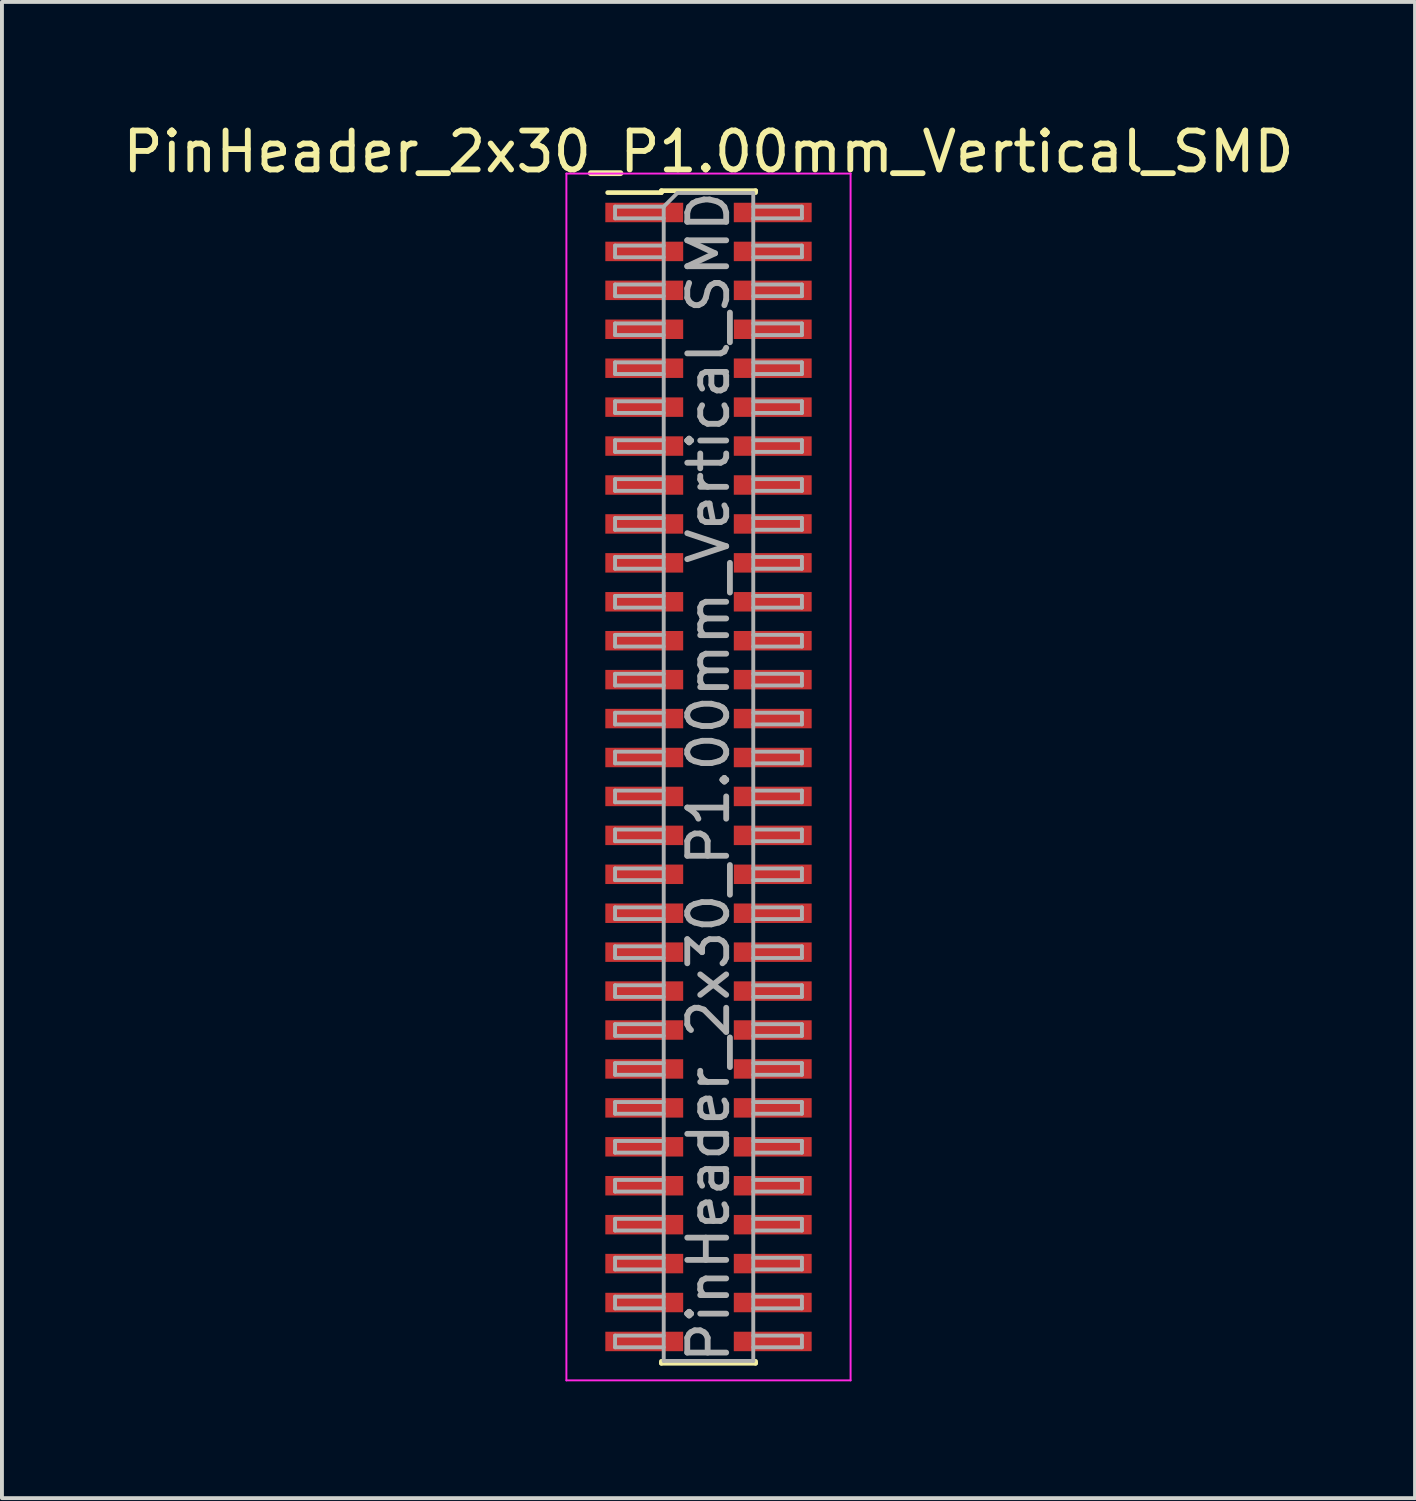
<source format=kicad_pcb>
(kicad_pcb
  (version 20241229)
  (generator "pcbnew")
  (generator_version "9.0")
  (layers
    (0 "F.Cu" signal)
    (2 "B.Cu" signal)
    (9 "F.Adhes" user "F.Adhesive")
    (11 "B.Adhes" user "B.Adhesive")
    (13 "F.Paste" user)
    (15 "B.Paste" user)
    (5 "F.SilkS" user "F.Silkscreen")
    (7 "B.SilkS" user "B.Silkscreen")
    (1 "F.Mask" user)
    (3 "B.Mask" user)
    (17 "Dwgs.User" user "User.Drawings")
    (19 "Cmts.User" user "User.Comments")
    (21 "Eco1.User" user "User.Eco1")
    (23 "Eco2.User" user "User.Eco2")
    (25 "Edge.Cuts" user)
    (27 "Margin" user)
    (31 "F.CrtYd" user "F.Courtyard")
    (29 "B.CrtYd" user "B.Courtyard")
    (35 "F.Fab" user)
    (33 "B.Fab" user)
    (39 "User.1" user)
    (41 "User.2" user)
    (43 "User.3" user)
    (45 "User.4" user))
  (footprint "PinHeader_2x30_P1.00mm_Vertical_SMD"
    (layer "F.Cu")
    (at 15.149 16.908)
    (property "Reference" "PinHeader_2x30_P1.00mm_Vertical_SMD" (at 0 -16.06 0) (layer "F.SilkS") (effects (font (size 1 1) (thickness 0.15))))
    (attr smd)
    (fp_line (start -2.59 -15.01) (end -1.21 -15.01) (stroke (width 0.12) (type solid)) (layer "F.SilkS"))
    (fp_line (start -1.21 -15.06) (end -1.21 -15.01) (stroke (width 0.12) (type solid)) (layer "F.SilkS"))
    (fp_line (start -1.21 -15.06) (end 1.21 -15.06) (stroke (width 0.12) (type solid)) (layer "F.SilkS"))
    (fp_line (start -1.21 15.01) (end -1.21 15.06) (stroke (width 0.12) (type solid)) (layer "F.SilkS"))
    (fp_line (start -1.21 15.06) (end 1.21 15.06) (stroke (width 0.12) (type solid)) (layer "F.SilkS"))
    (fp_line (start 1.21 -15.06) (end 1.21 -15.01) (stroke (width 0.12) (type solid)) (layer "F.SilkS"))
    (fp_line (start 1.21 15.01) (end 1.21 15.06) (stroke (width 0.12) (type solid)) (layer "F.SilkS"))
    (fp_line (start -3.65 -15.5) (end -3.65 15.5) (stroke (width 0.05) (type solid)) (layer "F.CrtYd"))
    (fp_line (start -3.65 15.5) (end 3.65 15.5) (stroke (width 0.05) (type solid)) (layer "F.CrtYd"))
    (fp_line (start 3.65 -15.5) (end -3.65 -15.5) (stroke (width 0.05) (type solid)) (layer "F.CrtYd"))
    (fp_line (start 3.65 15.5) (end 3.65 -15.5) (stroke (width 0.05) (type solid)) (layer "F.CrtYd"))
    (fp_line (start -2.4 -14.65) (end -2.4 -14.35) (stroke (width 0.1) (type solid)) (layer "F.Fab"))
    (fp_line (start -2.4 -14.35) (end -1.15 -14.35) (stroke (width 0.1) (type solid)) (layer "F.Fab"))
    (fp_line (start -2.4 -13.65) (end -2.4 -13.35) (stroke (width 0.1) (type solid)) (layer "F.Fab"))
    (fp_line (start -2.4 -13.35) (end -1.15 -13.35) (stroke (width 0.1) (type solid)) (layer "F.Fab"))
    (fp_line (start -2.4 -12.65) (end -2.4 -12.35) (stroke (width 0.1) (type solid)) (layer "F.Fab"))
    (fp_line (start -2.4 -12.35) (end -1.15 -12.35) (stroke (width 0.1) (type solid)) (layer "F.Fab"))
    (fp_line (start -2.4 -11.65) (end -2.4 -11.35) (stroke (width 0.1) (type solid)) (layer "F.Fab"))
    (fp_line (start -2.4 -11.35) (end -1.15 -11.35) (stroke (width 0.1) (type solid)) (layer "F.Fab"))
    (fp_line (start -2.4 -10.65) (end -2.4 -10.35) (stroke (width 0.1) (type solid)) (layer "F.Fab"))
    (fp_line (start -2.4 -10.35) (end -1.15 -10.35) (stroke (width 0.1) (type solid)) (layer "F.Fab"))
    (fp_line (start -2.4 -9.65) (end -2.4 -9.35) (stroke (width 0.1) (type solid)) (layer "F.Fab"))
    (fp_line (start -2.4 -9.35) (end -1.15 -9.35) (stroke (width 0.1) (type solid)) (layer "F.Fab"))
    (fp_line (start -2.4 -8.65) (end -2.4 -8.35) (stroke (width 0.1) (type solid)) (layer "F.Fab"))
    (fp_line (start -2.4 -8.35) (end -1.15 -8.35) (stroke (width 0.1) (type solid)) (layer "F.Fab"))
    (fp_line (start -2.4 -7.65) (end -2.4 -7.35) (stroke (width 0.1) (type solid)) (layer "F.Fab"))
    (fp_line (start -2.4 -7.35) (end -1.15 -7.35) (stroke (width 0.1) (type solid)) (layer "F.Fab"))
    (fp_line (start -2.4 -6.65) (end -2.4 -6.35) (stroke (width 0.1) (type solid)) (layer "F.Fab"))
    (fp_line (start -2.4 -6.35) (end -1.15 -6.35) (stroke (width 0.1) (type solid)) (layer "F.Fab"))
    (fp_line (start -2.4 -5.65) (end -2.4 -5.35) (stroke (width 0.1) (type solid)) (layer "F.Fab"))
    (fp_line (start -2.4 -5.35) (end -1.15 -5.35) (stroke (width 0.1) (type solid)) (layer "F.Fab"))
    (fp_line (start -2.4 -4.65) (end -2.4 -4.35) (stroke (width 0.1) (type solid)) (layer "F.Fab"))
    (fp_line (start -2.4 -4.35) (end -1.15 -4.35) (stroke (width 0.1) (type solid)) (layer "F.Fab"))
    (fp_line (start -2.4 -3.65) (end -2.4 -3.35) (stroke (width 0.1) (type solid)) (layer "F.Fab"))
    (fp_line (start -2.4 -3.35) (end -1.15 -3.35) (stroke (width 0.1) (type solid)) (layer "F.Fab"))
    (fp_line (start -2.4 -2.65) (end -2.4 -2.35) (stroke (width 0.1) (type solid)) (layer "F.Fab"))
    (fp_line (start -2.4 -2.35) (end -1.15 -2.35) (stroke (width 0.1) (type solid)) (layer "F.Fab"))
    (fp_line (start -2.4 -1.65) (end -2.4 -1.35) (stroke (width 0.1) (type solid)) (layer "F.Fab"))
    (fp_line (start -2.4 -1.35) (end -1.15 -1.35) (stroke (width 0.1) (type solid)) (layer "F.Fab"))
    (fp_line (start -2.4 -0.65) (end -2.4 -0.35) (stroke (width 0.1) (type solid)) (layer "F.Fab"))
    (fp_line (start -2.4 -0.35) (end -1.15 -0.35) (stroke (width 0.1) (type solid)) (layer "F.Fab"))
    (fp_line (start -2.4 0.35) (end -2.4 0.65) (stroke (width 0.1) (type solid)) (layer "F.Fab"))
    (fp_line (start -2.4 0.65) (end -1.15 0.65) (stroke (width 0.1) (type solid)) (layer "F.Fab"))
    (fp_line (start -2.4 1.35) (end -2.4 1.65) (stroke (width 0.1) (type solid)) (layer "F.Fab"))
    (fp_line (start -2.4 1.65) (end -1.15 1.65) (stroke (width 0.1) (type solid)) (layer "F.Fab"))
    (fp_line (start -2.4 2.35) (end -2.4 2.65) (stroke (width 0.1) (type solid)) (layer "F.Fab"))
    (fp_line (start -2.4 2.65) (end -1.15 2.65) (stroke (width 0.1) (type solid)) (layer "F.Fab"))
    (fp_line (start -2.4 3.35) (end -2.4 3.65) (stroke (width 0.1) (type solid)) (layer "F.Fab"))
    (fp_line (start -2.4 3.65) (end -1.15 3.65) (stroke (width 0.1) (type solid)) (layer "F.Fab"))
    (fp_line (start -2.4 4.35) (end -2.4 4.65) (stroke (width 0.1) (type solid)) (layer "F.Fab"))
    (fp_line (start -2.4 4.65) (end -1.15 4.65) (stroke (width 0.1) (type solid)) (layer "F.Fab"))
    (fp_line (start -2.4 5.35) (end -2.4 5.65) (stroke (width 0.1) (type solid)) (layer "F.Fab"))
    (fp_line (start -2.4 5.65) (end -1.15 5.65) (stroke (width 0.1) (type solid)) (layer "F.Fab"))
    (fp_line (start -2.4 6.35) (end -2.4 6.65) (stroke (width 0.1) (type solid)) (layer "F.Fab"))
    (fp_line (start -2.4 6.65) (end -1.15 6.65) (stroke (width 0.1) (type solid)) (layer "F.Fab"))
    (fp_line (start -2.4 7.35) (end -2.4 7.65) (stroke (width 0.1) (type solid)) (layer "F.Fab"))
    (fp_line (start -2.4 7.65) (end -1.15 7.65) (stroke (width 0.1) (type solid)) (layer "F.Fab"))
    (fp_line (start -2.4 8.35) (end -2.4 8.65) (stroke (width 0.1) (type solid)) (layer "F.Fab"))
    (fp_line (start -2.4 8.65) (end -1.15 8.65) (stroke (width 0.1) (type solid)) (layer "F.Fab"))
    (fp_line (start -2.4 9.35) (end -2.4 9.65) (stroke (width 0.1) (type solid)) (layer "F.Fab"))
    (fp_line (start -2.4 9.65) (end -1.15 9.65) (stroke (width 0.1) (type solid)) (layer "F.Fab"))
    (fp_line (start -2.4 10.35) (end -2.4 10.65) (stroke (width 0.1) (type solid)) (layer "F.Fab"))
    (fp_line (start -2.4 10.65) (end -1.15 10.65) (stroke (width 0.1) (type solid)) (layer "F.Fab"))
    (fp_line (start -2.4 11.35) (end -2.4 11.65) (stroke (width 0.1) (type solid)) (layer "F.Fab"))
    (fp_line (start -2.4 11.65) (end -1.15 11.65) (stroke (width 0.1) (type solid)) (layer "F.Fab"))
    (fp_line (start -2.4 12.35) (end -2.4 12.65) (stroke (width 0.1) (type solid)) (layer "F.Fab"))
    (fp_line (start -2.4 12.65) (end -1.15 12.65) (stroke (width 0.1) (type solid)) (layer "F.Fab"))
    (fp_line (start -2.4 13.35) (end -2.4 13.65) (stroke (width 0.1) (type solid)) (layer "F.Fab"))
    (fp_line (start -2.4 13.65) (end -1.15 13.65) (stroke (width 0.1) (type solid)) (layer "F.Fab"))
    (fp_line (start -2.4 14.35) (end -2.4 14.65) (stroke (width 0.1) (type solid)) (layer "F.Fab"))
    (fp_line (start -2.4 14.65) (end -1.15 14.65) (stroke (width 0.1) (type solid)) (layer "F.Fab"))
    (fp_line (start -1.15 -14.65) (end -2.4 -14.65) (stroke (width 0.1) (type solid)) (layer "F.Fab"))
    (fp_line (start -1.15 -14.65) (end -0.8 -15) (stroke (width 0.1) (type solid)) (layer "F.Fab"))
    (fp_line (start -1.15 -13.65) (end -2.4 -13.65) (stroke (width 0.1) (type solid)) (layer "F.Fab"))
    (fp_line (start -1.15 -12.65) (end -2.4 -12.65) (stroke (width 0.1) (type solid)) (layer "F.Fab"))
    (fp_line (start -1.15 -11.65) (end -2.4 -11.65) (stroke (width 0.1) (type solid)) (layer "F.Fab"))
    (fp_line (start -1.15 -10.65) (end -2.4 -10.65) (stroke (width 0.1) (type solid)) (layer "F.Fab"))
    (fp_line (start -1.15 -9.65) (end -2.4 -9.65) (stroke (width 0.1) (type solid)) (layer "F.Fab"))
    (fp_line (start -1.15 -8.65) (end -2.4 -8.65) (stroke (width 0.1) (type solid)) (layer "F.Fab"))
    (fp_line (start -1.15 -7.65) (end -2.4 -7.65) (stroke (width 0.1) (type solid)) (layer "F.Fab"))
    (fp_line (start -1.15 -6.65) (end -2.4 -6.65) (stroke (width 0.1) (type solid)) (layer "F.Fab"))
    (fp_line (start -1.15 -5.65) (end -2.4 -5.65) (stroke (width 0.1) (type solid)) (layer "F.Fab"))
    (fp_line (start -1.15 -4.65) (end -2.4 -4.65) (stroke (width 0.1) (type solid)) (layer "F.Fab"))
    (fp_line (start -1.15 -3.65) (end -2.4 -3.65) (stroke (width 0.1) (type solid)) (layer "F.Fab"))
    (fp_line (start -1.15 -2.65) (end -2.4 -2.65) (stroke (width 0.1) (type solid)) (layer "F.Fab"))
    (fp_line (start -1.15 -1.65) (end -2.4 -1.65) (stroke (width 0.1) (type solid)) (layer "F.Fab"))
    (fp_line (start -1.15 -0.65) (end -2.4 -0.65) (stroke (width 0.1) (type solid)) (layer "F.Fab"))
    (fp_line (start -1.15 0.35) (end -2.4 0.35) (stroke (width 0.1) (type solid)) (layer "F.Fab"))
    (fp_line (start -1.15 1.35) (end -2.4 1.35) (stroke (width 0.1) (type solid)) (layer "F.Fab"))
    (fp_line (start -1.15 2.35) (end -2.4 2.35) (stroke (width 0.1) (type solid)) (layer "F.Fab"))
    (fp_line (start -1.15 3.35) (end -2.4 3.35) (stroke (width 0.1) (type solid)) (layer "F.Fab"))
    (fp_line (start -1.15 4.35) (end -2.4 4.35) (stroke (width 0.1) (type solid)) (layer "F.Fab"))
    (fp_line (start -1.15 5.35) (end -2.4 5.35) (stroke (width 0.1) (type solid)) (layer "F.Fab"))
    (fp_line (start -1.15 6.35) (end -2.4 6.35) (stroke (width 0.1) (type solid)) (layer "F.Fab"))
    (fp_line (start -1.15 7.35) (end -2.4 7.35) (stroke (width 0.1) (type solid)) (layer "F.Fab"))
    (fp_line (start -1.15 8.35) (end -2.4 8.35) (stroke (width 0.1) (type solid)) (layer "F.Fab"))
    (fp_line (start -1.15 9.35) (end -2.4 9.35) (stroke (width 0.1) (type solid)) (layer "F.Fab"))
    (fp_line (start -1.15 10.35) (end -2.4 10.35) (stroke (width 0.1) (type solid)) (layer "F.Fab"))
    (fp_line (start -1.15 11.35) (end -2.4 11.35) (stroke (width 0.1) (type solid)) (layer "F.Fab"))
    (fp_line (start -1.15 12.35) (end -2.4 12.35) (stroke (width 0.1) (type solid)) (layer "F.Fab"))
    (fp_line (start -1.15 13.35) (end -2.4 13.35) (stroke (width 0.1) (type solid)) (layer "F.Fab"))
    (fp_line (start -1.15 14.35) (end -2.4 14.35) (stroke (width 0.1) (type solid)) (layer "F.Fab"))
    (fp_line (start -1.15 15) (end -1.15 -14.65) (stroke (width 0.1) (type solid)) (layer "F.Fab"))
    (fp_line (start -0.8 -15) (end 1.15 -15) (stroke (width 0.1) (type solid)) (layer "F.Fab"))
    (fp_line (start 1.15 -15) (end 1.15 15) (stroke (width 0.1) (type solid)) (layer "F.Fab"))
    (fp_line (start 1.15 -14.65) (end 2.4 -14.65) (stroke (width 0.1) (type solid)) (layer "F.Fab"))
    (fp_line (start 1.15 -13.65) (end 2.4 -13.65) (stroke (width 0.1) (type solid)) (layer "F.Fab"))
    (fp_line (start 1.15 -12.65) (end 2.4 -12.65) (stroke (width 0.1) (type solid)) (layer "F.Fab"))
    (fp_line (start 1.15 -11.65) (end 2.4 -11.65) (stroke (width 0.1) (type solid)) (layer "F.Fab"))
    (fp_line (start 1.15 -10.65) (end 2.4 -10.65) (stroke (width 0.1) (type solid)) (layer "F.Fab"))
    (fp_line (start 1.15 -9.65) (end 2.4 -9.65) (stroke (width 0.1) (type solid)) (layer "F.Fab"))
    (fp_line (start 1.15 -8.65) (end 2.4 -8.65) (stroke (width 0.1) (type solid)) (layer "F.Fab"))
    (fp_line (start 1.15 -7.65) (end 2.4 -7.65) (stroke (width 0.1) (type solid)) (layer "F.Fab"))
    (fp_line (start 1.15 -6.65) (end 2.4 -6.65) (stroke (width 0.1) (type solid)) (layer "F.Fab"))
    (fp_line (start 1.15 -5.65) (end 2.4 -5.65) (stroke (width 0.1) (type solid)) (layer "F.Fab"))
    (fp_line (start 1.15 -4.65) (end 2.4 -4.65) (stroke (width 0.1) (type solid)) (layer "F.Fab"))
    (fp_line (start 1.15 -3.65) (end 2.4 -3.65) (stroke (width 0.1) (type solid)) (layer "F.Fab"))
    (fp_line (start 1.15 -2.65) (end 2.4 -2.65) (stroke (width 0.1) (type solid)) (layer "F.Fab"))
    (fp_line (start 1.15 -1.65) (end 2.4 -1.65) (stroke (width 0.1) (type solid)) (layer "F.Fab"))
    (fp_line (start 1.15 -0.65) (end 2.4 -0.65) (stroke (width 0.1) (type solid)) (layer "F.Fab"))
    (fp_line (start 1.15 0.35) (end 2.4 0.35) (stroke (width 0.1) (type solid)) (layer "F.Fab"))
    (fp_line (start 1.15 1.35) (end 2.4 1.35) (stroke (width 0.1) (type solid)) (layer "F.Fab"))
    (fp_line (start 1.15 2.35) (end 2.4 2.35) (stroke (width 0.1) (type solid)) (layer "F.Fab"))
    (fp_line (start 1.15 3.35) (end 2.4 3.35) (stroke (width 0.1) (type solid)) (layer "F.Fab"))
    (fp_line (start 1.15 4.35) (end 2.4 4.35) (stroke (width 0.1) (type solid)) (layer "F.Fab"))
    (fp_line (start 1.15 5.35) (end 2.4 5.35) (stroke (width 0.1) (type solid)) (layer "F.Fab"))
    (fp_line (start 1.15 6.35) (end 2.4 6.35) (stroke (width 0.1) (type solid)) (layer "F.Fab"))
    (fp_line (start 1.15 7.35) (end 2.4 7.35) (stroke (width 0.1) (type solid)) (layer "F.Fab"))
    (fp_line (start 1.15 8.35) (end 2.4 8.35) (stroke (width 0.1) (type solid)) (layer "F.Fab"))
    (fp_line (start 1.15 9.35) (end 2.4 9.35) (stroke (width 0.1) (type solid)) (layer "F.Fab"))
    (fp_line (start 1.15 10.35) (end 2.4 10.35) (stroke (width 0.1) (type solid)) (layer "F.Fab"))
    (fp_line (start 1.15 11.35) (end 2.4 11.35) (stroke (width 0.1) (type solid)) (layer "F.Fab"))
    (fp_line (start 1.15 12.35) (end 2.4 12.35) (stroke (width 0.1) (type solid)) (layer "F.Fab"))
    (fp_line (start 1.15 13.35) (end 2.4 13.35) (stroke (width 0.1) (type solid)) (layer "F.Fab"))
    (fp_line (start 1.15 14.35) (end 2.4 14.35) (stroke (width 0.1) (type solid)) (layer "F.Fab"))
    (fp_line (start 1.15 15) (end -1.15 15) (stroke (width 0.1) (type solid)) (layer "F.Fab"))
    (fp_line (start 2.4 -14.65) (end 2.4 -14.35) (stroke (width 0.1) (type solid)) (layer "F.Fab"))
    (fp_line (start 2.4 -14.35) (end 1.15 -14.35) (stroke (width 0.1) (type solid)) (layer "F.Fab"))
    (fp_line (start 2.4 -13.65) (end 2.4 -13.35) (stroke (width 0.1) (type solid)) (layer "F.Fab"))
    (fp_line (start 2.4 -13.35) (end 1.15 -13.35) (stroke (width 0.1) (type solid)) (layer "F.Fab"))
    (fp_line (start 2.4 -12.65) (end 2.4 -12.35) (stroke (width 0.1) (type solid)) (layer "F.Fab"))
    (fp_line (start 2.4 -12.35) (end 1.15 -12.35) (stroke (width 0.1) (type solid)) (layer "F.Fab"))
    (fp_line (start 2.4 -11.65) (end 2.4 -11.35) (stroke (width 0.1) (type solid)) (layer "F.Fab"))
    (fp_line (start 2.4 -11.35) (end 1.15 -11.35) (stroke (width 0.1) (type solid)) (layer "F.Fab"))
    (fp_line (start 2.4 -10.65) (end 2.4 -10.35) (stroke (width 0.1) (type solid)) (layer "F.Fab"))
    (fp_line (start 2.4 -10.35) (end 1.15 -10.35) (stroke (width 0.1) (type solid)) (layer "F.Fab"))
    (fp_line (start 2.4 -9.65) (end 2.4 -9.35) (stroke (width 0.1) (type solid)) (layer "F.Fab"))
    (fp_line (start 2.4 -9.35) (end 1.15 -9.35) (stroke (width 0.1) (type solid)) (layer "F.Fab"))
    (fp_line (start 2.4 -8.65) (end 2.4 -8.35) (stroke (width 0.1) (type solid)) (layer "F.Fab"))
    (fp_line (start 2.4 -8.35) (end 1.15 -8.35) (stroke (width 0.1) (type solid)) (layer "F.Fab"))
    (fp_line (start 2.4 -7.65) (end 2.4 -7.35) (stroke (width 0.1) (type solid)) (layer "F.Fab"))
    (fp_line (start 2.4 -7.35) (end 1.15 -7.35) (stroke (width 0.1) (type solid)) (layer "F.Fab"))
    (fp_line (start 2.4 -6.65) (end 2.4 -6.35) (stroke (width 0.1) (type solid)) (layer "F.Fab"))
    (fp_line (start 2.4 -6.35) (end 1.15 -6.35) (stroke (width 0.1) (type solid)) (layer "F.Fab"))
    (fp_line (start 2.4 -5.65) (end 2.4 -5.35) (stroke (width 0.1) (type solid)) (layer "F.Fab"))
    (fp_line (start 2.4 -5.35) (end 1.15 -5.35) (stroke (width 0.1) (type solid)) (layer "F.Fab"))
    (fp_line (start 2.4 -4.65) (end 2.4 -4.35) (stroke (width 0.1) (type solid)) (layer "F.Fab"))
    (fp_line (start 2.4 -4.35) (end 1.15 -4.35) (stroke (width 0.1) (type solid)) (layer "F.Fab"))
    (fp_line (start 2.4 -3.65) (end 2.4 -3.35) (stroke (width 0.1) (type solid)) (layer "F.Fab"))
    (fp_line (start 2.4 -3.35) (end 1.15 -3.35) (stroke (width 0.1) (type solid)) (layer "F.Fab"))
    (fp_line (start 2.4 -2.65) (end 2.4 -2.35) (stroke (width 0.1) (type solid)) (layer "F.Fab"))
    (fp_line (start 2.4 -2.35) (end 1.15 -2.35) (stroke (width 0.1) (type solid)) (layer "F.Fab"))
    (fp_line (start 2.4 -1.65) (end 2.4 -1.35) (stroke (width 0.1) (type solid)) (layer "F.Fab"))
    (fp_line (start 2.4 -1.35) (end 1.15 -1.35) (stroke (width 0.1) (type solid)) (layer "F.Fab"))
    (fp_line (start 2.4 -0.65) (end 2.4 -0.35) (stroke (width 0.1) (type solid)) (layer "F.Fab"))
    (fp_line (start 2.4 -0.35) (end 1.15 -0.35) (stroke (width 0.1) (type solid)) (layer "F.Fab"))
    (fp_line (start 2.4 0.35) (end 2.4 0.65) (stroke (width 0.1) (type solid)) (layer "F.Fab"))
    (fp_line (start 2.4 0.65) (end 1.15 0.65) (stroke (width 0.1) (type solid)) (layer "F.Fab"))
    (fp_line (start 2.4 1.35) (end 2.4 1.65) (stroke (width 0.1) (type solid)) (layer "F.Fab"))
    (fp_line (start 2.4 1.65) (end 1.15 1.65) (stroke (width 0.1) (type solid)) (layer "F.Fab"))
    (fp_line (start 2.4 2.35) (end 2.4 2.65) (stroke (width 0.1) (type solid)) (layer "F.Fab"))
    (fp_line (start 2.4 2.65) (end 1.15 2.65) (stroke (width 0.1) (type solid)) (layer "F.Fab"))
    (fp_line (start 2.4 3.35) (end 2.4 3.65) (stroke (width 0.1) (type solid)) (layer "F.Fab"))
    (fp_line (start 2.4 3.65) (end 1.15 3.65) (stroke (width 0.1) (type solid)) (layer "F.Fab"))
    (fp_line (start 2.4 4.35) (end 2.4 4.65) (stroke (width 0.1) (type solid)) (layer "F.Fab"))
    (fp_line (start 2.4 4.65) (end 1.15 4.65) (stroke (width 0.1) (type solid)) (layer "F.Fab"))
    (fp_line (start 2.4 5.35) (end 2.4 5.65) (stroke (width 0.1) (type solid)) (layer "F.Fab"))
    (fp_line (start 2.4 5.65) (end 1.15 5.65) (stroke (width 0.1) (type solid)) (layer "F.Fab"))
    (fp_line (start 2.4 6.35) (end 2.4 6.65) (stroke (width 0.1) (type solid)) (layer "F.Fab"))
    (fp_line (start 2.4 6.65) (end 1.15 6.65) (stroke (width 0.1) (type solid)) (layer "F.Fab"))
    (fp_line (start 2.4 7.35) (end 2.4 7.65) (stroke (width 0.1) (type solid)) (layer "F.Fab"))
    (fp_line (start 2.4 7.65) (end 1.15 7.65) (stroke (width 0.1) (type solid)) (layer "F.Fab"))
    (fp_line (start 2.4 8.35) (end 2.4 8.65) (stroke (width 0.1) (type solid)) (layer "F.Fab"))
    (fp_line (start 2.4 8.65) (end 1.15 8.65) (stroke (width 0.1) (type solid)) (layer "F.Fab"))
    (fp_line (start 2.4 9.35) (end 2.4 9.65) (stroke (width 0.1) (type solid)) (layer "F.Fab"))
    (fp_line (start 2.4 9.65) (end 1.15 9.65) (stroke (width 0.1) (type solid)) (layer "F.Fab"))
    (fp_line (start 2.4 10.35) (end 2.4 10.65) (stroke (width 0.1) (type solid)) (layer "F.Fab"))
    (fp_line (start 2.4 10.65) (end 1.15 10.65) (stroke (width 0.1) (type solid)) (layer "F.Fab"))
    (fp_line (start 2.4 11.35) (end 2.4 11.65) (stroke (width 0.1) (type solid)) (layer "F.Fab"))
    (fp_line (start 2.4 11.65) (end 1.15 11.65) (stroke (width 0.1) (type solid)) (layer "F.Fab"))
    (fp_line (start 2.4 12.35) (end 2.4 12.65) (stroke (width 0.1) (type solid)) (layer "F.Fab"))
    (fp_line (start 2.4 12.65) (end 1.15 12.65) (stroke (width 0.1) (type solid)) (layer "F.Fab"))
    (fp_line (start 2.4 13.35) (end 2.4 13.65) (stroke (width 0.1) (type solid)) (layer "F.Fab"))
    (fp_line (start 2.4 13.65) (end 1.15 13.65) (stroke (width 0.1) (type solid)) (layer "F.Fab"))
    (fp_line (start 2.4 14.35) (end 2.4 14.65) (stroke (width 0.1) (type solid)) (layer "F.Fab"))
    (fp_line (start 2.4 14.65) (end 1.15 14.65) (stroke (width 0.1) (type solid)) (layer "F.Fab"))
    (fp_text user "${REFERENCE}" (at 0 0 90) (layer "F.Fab") (effects (font (size 1 1) (thickness 0.15))))
    (pad "1" smd rect (at -1.65 -14.5) (size 2 0.5) (layers "F.Cu" "F.Mask" "F.Paste"))
    (pad "2" smd rect (at 1.65 -14.5) (size 2 0.5) (layers "F.Cu" "F.Mask" "F.Paste"))
    (pad "3" smd rect (at -1.65 -13.5) (size 2 0.5) (layers "F.Cu" "F.Mask" "F.Paste"))
    (pad "4" smd rect (at 1.65 -13.5) (size 2 0.5) (layers "F.Cu" "F.Mask" "F.Paste"))
    (pad "5" smd rect (at -1.65 -12.5) (size 2 0.5) (layers "F.Cu" "F.Mask" "F.Paste"))
    (pad "6" smd rect (at 1.65 -12.5) (size 2 0.5) (layers "F.Cu" "F.Mask" "F.Paste"))
    (pad "7" smd rect (at -1.65 -11.5) (size 2 0.5) (layers "F.Cu" "F.Mask" "F.Paste"))
    (pad "8" smd rect (at 1.65 -11.5) (size 2 0.5) (layers "F.Cu" "F.Mask" "F.Paste"))
    (pad "9" smd rect (at -1.65 -10.5) (size 2 0.5) (layers "F.Cu" "F.Mask" "F.Paste"))
    (pad "10" smd rect (at 1.65 -10.5) (size 2 0.5) (layers "F.Cu" "F.Mask" "F.Paste"))
    (pad "11" smd rect (at -1.65 -9.5) (size 2 0.5) (layers "F.Cu" "F.Mask" "F.Paste"))
    (pad "12" smd rect (at 1.65 -9.5) (size 2 0.5) (layers "F.Cu" "F.Mask" "F.Paste"))
    (pad "13" smd rect (at -1.65 -8.5) (size 2 0.5) (layers "F.Cu" "F.Mask" "F.Paste"))
    (pad "14" smd rect (at 1.65 -8.5) (size 2 0.5) (layers "F.Cu" "F.Mask" "F.Paste"))
    (pad "15" smd rect (at -1.65 -7.5) (size 2 0.5) (layers "F.Cu" "F.Mask" "F.Paste"))
    (pad "16" smd rect (at 1.65 -7.5) (size 2 0.5) (layers "F.Cu" "F.Mask" "F.Paste"))
    (pad "17" smd rect (at -1.65 -6.5) (size 2 0.5) (layers "F.Cu" "F.Mask" "F.Paste"))
    (pad "18" smd rect (at 1.65 -6.5) (size 2 0.5) (layers "F.Cu" "F.Mask" "F.Paste"))
    (pad "19" smd rect (at -1.65 -5.5) (size 2 0.5) (layers "F.Cu" "F.Mask" "F.Paste"))
    (pad "20" smd rect (at 1.65 -5.5) (size 2 0.5) (layers "F.Cu" "F.Mask" "F.Paste"))
    (pad "21" smd rect (at -1.65 -4.5) (size 2 0.5) (layers "F.Cu" "F.Mask" "F.Paste"))
    (pad "22" smd rect (at 1.65 -4.5) (size 2 0.5) (layers "F.Cu" "F.Mask" "F.Paste"))
    (pad "23" smd rect (at -1.65 -3.5) (size 2 0.5) (layers "F.Cu" "F.Mask" "F.Paste"))
    (pad "24" smd rect (at 1.65 -3.5) (size 2 0.5) (layers "F.Cu" "F.Mask" "F.Paste"))
    (pad "25" smd rect (at -1.65 -2.5) (size 2 0.5) (layers "F.Cu" "F.Mask" "F.Paste"))
    (pad "26" smd rect (at 1.65 -2.5) (size 2 0.5) (layers "F.Cu" "F.Mask" "F.Paste"))
    (pad "27" smd rect (at -1.65 -1.5) (size 2 0.5) (layers "F.Cu" "F.Mask" "F.Paste"))
    (pad "28" smd rect (at 1.65 -1.5) (size 2 0.5) (layers "F.Cu" "F.Mask" "F.Paste"))
    (pad "29" smd rect (at -1.65 -0.5) (size 2 0.5) (layers "F.Cu" "F.Mask" "F.Paste"))
    (pad "30" smd rect (at 1.65 -0.5) (size 2 0.5) (layers "F.Cu" "F.Mask" "F.Paste"))
    (pad "31" smd rect (at -1.65 0.5) (size 2 0.5) (layers "F.Cu" "F.Mask" "F.Paste"))
    (pad "32" smd rect (at 1.65 0.5) (size 2 0.5) (layers "F.Cu" "F.Mask" "F.Paste"))
    (pad "33" smd rect (at -1.65 1.5) (size 2 0.5) (layers "F.Cu" "F.Mask" "F.Paste"))
    (pad "34" smd rect (at 1.65 1.5) (size 2 0.5) (layers "F.Cu" "F.Mask" "F.Paste"))
    (pad "35" smd rect (at -1.65 2.5) (size 2 0.5) (layers "F.Cu" "F.Mask" "F.Paste"))
    (pad "36" smd rect (at 1.65 2.5) (size 2 0.5) (layers "F.Cu" "F.Mask" "F.Paste"))
    (pad "37" smd rect (at -1.65 3.5) (size 2 0.5) (layers "F.Cu" "F.Mask" "F.Paste"))
    (pad "38" smd rect (at 1.65 3.5) (size 2 0.5) (layers "F.Cu" "F.Mask" "F.Paste"))
    (pad "39" smd rect (at -1.65 4.5) (size 2 0.5) (layers "F.Cu" "F.Mask" "F.Paste"))
    (pad "40" smd rect (at 1.65 4.5) (size 2 0.5) (layers "F.Cu" "F.Mask" "F.Paste"))
    (pad "41" smd rect (at -1.65 5.5) (size 2 0.5) (layers "F.Cu" "F.Mask" "F.Paste"))
    (pad "42" smd rect (at 1.65 5.5) (size 2 0.5) (layers "F.Cu" "F.Mask" "F.Paste"))
    (pad "43" smd rect (at -1.65 6.5) (size 2 0.5) (layers "F.Cu" "F.Mask" "F.Paste"))
    (pad "44" smd rect (at 1.65 6.5) (size 2 0.5) (layers "F.Cu" "F.Mask" "F.Paste"))
    (pad "45" smd rect (at -1.65 7.5) (size 2 0.5) (layers "F.Cu" "F.Mask" "F.Paste"))
    (pad "46" smd rect (at 1.65 7.5) (size 2 0.5) (layers "F.Cu" "F.Mask" "F.Paste"))
    (pad "47" smd rect (at -1.65 8.5) (size 2 0.5) (layers "F.Cu" "F.Mask" "F.Paste"))
    (pad "48" smd rect (at 1.65 8.5) (size 2 0.5) (layers "F.Cu" "F.Mask" "F.Paste"))
    (pad "49" smd rect (at -1.65 9.5) (size 2 0.5) (layers "F.Cu" "F.Mask" "F.Paste"))
    (pad "50" smd rect (at 1.65 9.5) (size 2 0.5) (layers "F.Cu" "F.Mask" "F.Paste"))
    (pad "51" smd rect (at -1.65 10.5) (size 2 0.5) (layers "F.Cu" "F.Mask" "F.Paste"))
    (pad "52" smd rect (at 1.65 10.5) (size 2 0.5) (layers "F.Cu" "F.Mask" "F.Paste"))
    (pad "53" smd rect (at -1.65 11.5) (size 2 0.5) (layers "F.Cu" "F.Mask" "F.Paste"))
    (pad "54" smd rect (at 1.65 11.5) (size 2 0.5) (layers "F.Cu" "F.Mask" "F.Paste"))
    (pad "55" smd rect (at -1.65 12.5) (size 2 0.5) (layers "F.Cu" "F.Mask" "F.Paste"))
    (pad "56" smd rect (at 1.65 12.5) (size 2 0.5) (layers "F.Cu" "F.Mask" "F.Paste"))
    (pad "57" smd rect (at -1.65 13.5) (size 2 0.5) (layers "F.Cu" "F.Mask" "F.Paste"))
    (pad "58" smd rect (at 1.65 13.5) (size 2 0.5) (layers "F.Cu" "F.Mask" "F.Paste"))
    (pad "59" smd rect (at -1.65 14.5) (size 2 0.5) (layers "F.Cu" "F.Mask" "F.Paste"))
    (pad "60" smd rect (at 1.65 14.5) (size 2 0.5) (layers "F.Cu" "F.Mask" "F.Paste")))
  (gr_rect
    (start -3 -3)
    (end 33.298 35.433)
    (stroke (width 0.1) (type default))
    (fill no)
    (layer "Edge.Cuts")))
</source>
